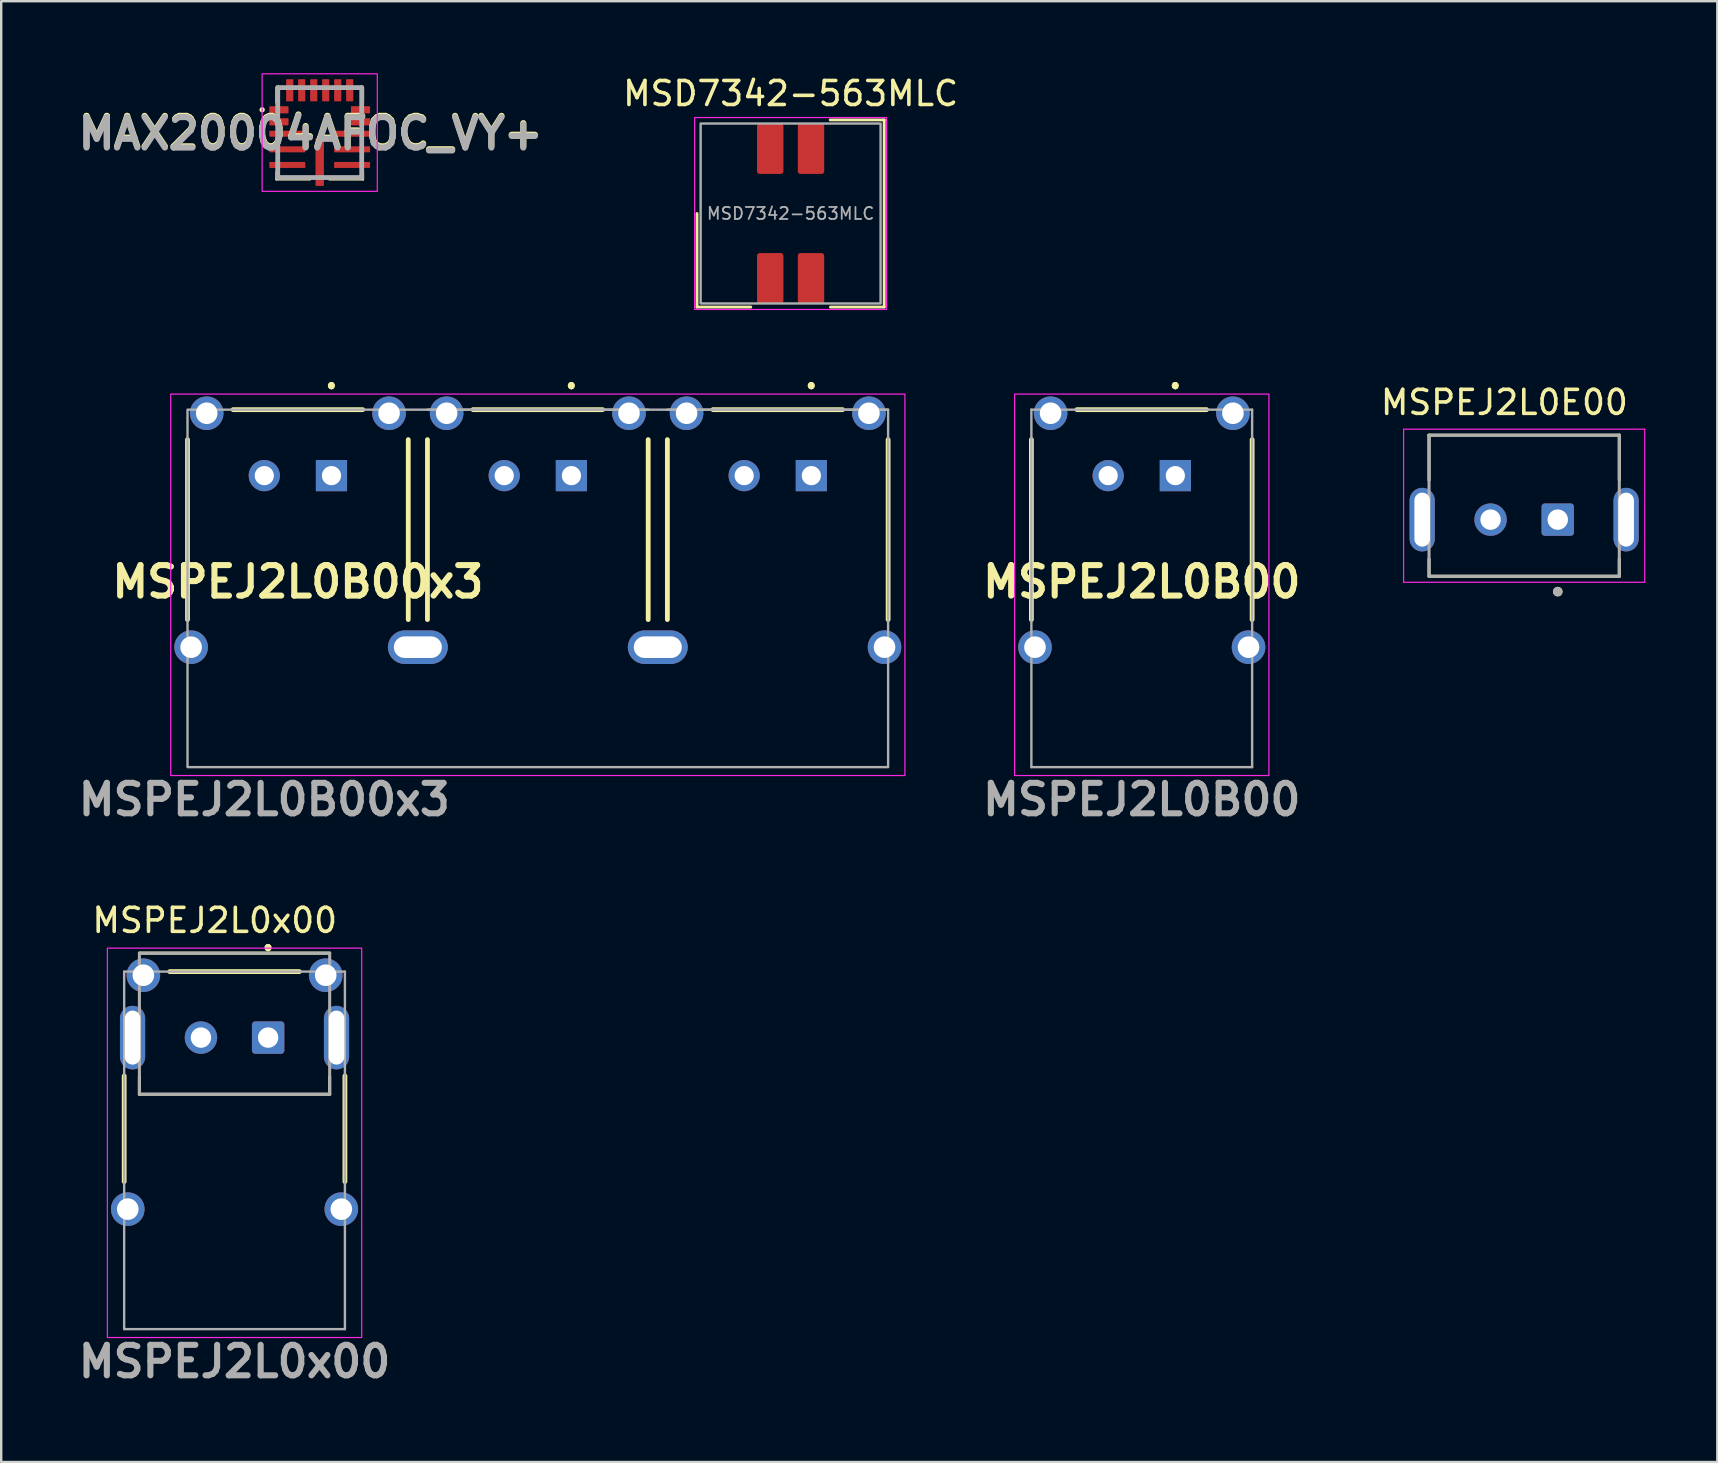
<source format=kicad_pcb>
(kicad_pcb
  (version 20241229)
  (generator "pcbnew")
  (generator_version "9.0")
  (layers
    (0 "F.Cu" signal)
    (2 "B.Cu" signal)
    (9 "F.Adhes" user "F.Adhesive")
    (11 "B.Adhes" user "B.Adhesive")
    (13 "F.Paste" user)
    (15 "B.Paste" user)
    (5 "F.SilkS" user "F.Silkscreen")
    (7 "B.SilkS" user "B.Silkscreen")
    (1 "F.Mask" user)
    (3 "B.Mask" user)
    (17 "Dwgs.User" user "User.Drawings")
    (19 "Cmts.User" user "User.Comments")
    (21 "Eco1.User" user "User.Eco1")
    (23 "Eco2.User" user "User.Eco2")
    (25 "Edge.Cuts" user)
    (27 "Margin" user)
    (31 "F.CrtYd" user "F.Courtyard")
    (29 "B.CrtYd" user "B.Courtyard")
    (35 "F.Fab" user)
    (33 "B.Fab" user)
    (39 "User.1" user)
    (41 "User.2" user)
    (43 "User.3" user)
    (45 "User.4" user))
  (footprint "MSPEJ2L0x00"
    (layer "F.Cu")
    (at 6.725 40.195)
    (property "Reference" "MSPEJ2L0x00" (at -0.825 -4.885 0) (layer "F.SilkS") (effects (font (size 1 1) (thickness 0.15))))
    (attr through_hole)
    (fp_line (start -4.6 6) (end -4.6 1.6) (stroke (width 0.2) (type solid)) (layer "F.SilkS"))
    (fp_line (start -3.965 -3.52) (end 3.965 -3.52) (stroke (width 0.127) (type solid)) (layer "F.SilkS"))
    (fp_line (start -3.965 2.36) (end -3.965 1.645) (stroke (width 0.127) (type solid)) (layer "F.SilkS"))
    (fp_line (start -2.7 -2.75) (end 2.7 -2.75) (stroke (width 0.2) (type solid)) (layer "F.SilkS"))
    (fp_line (start 1.4 -3.8) (end 1.4 -3.8) (stroke (width 0.2) (type solid)) (layer "F.SilkS"))
    (fp_line (start 1.4 -3.8) (end 1.4 -3.8) (stroke (width 0.2) (type solid)) (layer "F.SilkS"))
    (fp_line (start 1.4 -3.7) (end 1.4 -3.7) (stroke (width 0.2) (type solid)) (layer "F.SilkS"))
    (fp_line (start 3.965 2.36) (end -3.965 2.36) (stroke (width 0.127) (type solid)) (layer "F.SilkS"))
    (fp_line (start 3.965 2.36) (end 3.965 1.645) (stroke (width 0.127) (type solid)) (layer "F.SilkS"))
    (fp_line (start 4.6 1.6) (end 4.6 6) (stroke (width 0.2) (type solid)) (layer "F.SilkS"))
    (fp_arc (start 1.4 -3.8) (mid 1.45 -3.75) (end 1.4 -3.7) (stroke (width 0.2) (type solid)) (layer "F.SilkS"))
    (fp_arc (start 1.4 -3.7) (mid 1.35 -3.75) (end 1.4 -3.8) (stroke (width 0.2) (type solid)) (layer "F.SilkS"))
    (fp_arc (start 1.4 -3.7) (mid 1.35 -3.75) (end 1.4 -3.8) (stroke (width 0.2) (type solid)) (layer "F.SilkS"))
    (fp_rect (start -5.3 -3.73) (end 5.3 12.5) (stroke (width 0.05) (type default)) (fill no) (layer "F.CrtYd"))
    (fp_line (start -4.6 -2.75) (end -4.6 12.15) (stroke (width 0.1) (type solid)) (layer "F.Fab"))
    (fp_line (start -3.965 -3.52) (end 3.965 -3.52) (stroke (width 0.127) (type solid)) (layer "F.Fab"))
    (fp_line (start -3.965 2.36) (end -3.965 -3.52) (stroke (width 0.127) (type solid)) (layer "F.Fab"))
    (fp_line (start 3.965 -3.52) (end 3.965 2.36) (stroke (width 0.127) (type solid)) (layer "F.Fab"))
    (fp_line (start 3.965 2.36) (end -3.965 2.36) (stroke (width 0.127) (type solid)) (layer "F.Fab"))
    (fp_line (start 4.6 -2.75) (end -4.6 -2.75) (stroke (width 0.1) (type solid)) (layer "F.Fab"))
    (fp_line (start 4.6 12.15) (end -4.6 12.15) (stroke (width 0.1) (type default)) (layer "F.Fab"))
    (fp_line (start 4.6 12.15) (end 4.6 -2.75) (stroke (width 0.1) (type solid)) (layer "F.Fab"))
    (fp_text user "${REFERENCE}" (at 0 13.5 0) (layer "F.Fab") (effects (font (size 1.27 1.27) (thickness 0.254))))
    (pad "1" thru_hole roundrect (at 1.4 0) (size 1.35 1.35) (drill 0.85) (layers "*.Cu" "*.Mask") (roundrect_rratio 0.1))
    (pad "2" thru_hole circle (at -1.4 0) (size 1.35 1.35) (drill 0.85) (layers "*.Cu" "*.Mask"))
    (pad "MH1" thru_hole circle (at 3.8 -2.6) (size 1.4 1.4) (drill 0.9) (layers "*.Cu" "*.Mask"))
    (pad "MH2" thru_hole circle (at 4.45 7.15) (size 1.4 1.4) (drill 0.9) (layers "*.Cu" "*.Mask"))
    (pad "MH3" thru_hole circle (at -4.45 7.15) (size 1.4 1.4) (drill 0.9) (layers "*.Cu" "*.Mask"))
    (pad "MH4" thru_hole circle (at -3.8 -2.6) (size 1.4 1.4) (drill 0.9) (layers "*.Cu" "*.Mask"))
    (pad "MH5" thru_hole oval (at -4.25 0) (size 1.05 2.65) (drill oval 0.65 2.25) (layers "*.Cu" "*.Mask"))
    (pad "MH6" thru_hole oval (at 4.25 0) (size 1.05 2.65) (drill oval 0.65 2.25) (layers "*.Cu" "*.Mask")))
  (footprint "MAX20004AFOC_VY+"
    (layer "F.Cu")
    (at 10.275 2.525)
    (property "Reference" "MAX20004AFOC_VY+" (at -0.375 -0.05 0) (layer "F.SilkS") (effects (font (size 1.27 1.27) (thickness 0.254))))
    (attr smd)
    (fp_line (start -1.8 -1.9) (end -1.8 -1.3) (stroke (width 0.1) (type default)) (layer "F.SilkS"))
    (fp_line (start -1.8 1.6) (end -1.8 1.9) (stroke (width 0.1) (type default)) (layer "F.SilkS"))
    (fp_line (start -1.8 1.9) (end -0.4 1.9) (stroke (width 0.1) (type default)) (layer "F.SilkS"))
    (fp_line (start -1.6 -1.9) (end -1.8 -1.9) (stroke (width 0.1) (type default)) (layer "F.SilkS"))
    (fp_line (start 1.6 -1.9) (end 1.8 -1.9) (stroke (width 0.1) (type default)) (layer "F.SilkS"))
    (fp_line (start 1.8 -1.9) (end 1.8 -1.3) (stroke (width 0.1) (type default)) (layer "F.SilkS"))
    (fp_line (start 1.8 1.6) (end 1.8 1.9) (stroke (width 0.1) (type default)) (layer "F.SilkS"))
    (fp_line (start 1.8 1.9) (end 0.4 1.9) (stroke (width 0.1) (type default)) (layer "F.SilkS"))
    (fp_circle (center -2.4 -1) (end -2.3 -1.05) (stroke (width 0) (type solid)) (fill yes) (layer "F.SilkS"))
    (fp_rect (start -2.4 -2.5) (end 2.4 2.4) (stroke (width 0.05) (type default)) (fill no) (layer "F.CrtYd"))
    (fp_line (start -1.75 -1.925) (end -1.75 1.825) (stroke (width 0.2) (type solid)) (layer "F.Fab"))
    (fp_line (start -1.75 1.825) (end 1.75 1.825) (stroke (width 0.2) (type solid)) (layer "F.Fab"))
    (fp_line (start 1.75 -1.925) (end -1.75 -1.925) (stroke (width 0.2) (type solid)) (layer "F.Fab"))
    (fp_line (start 1.75 1.825) (end 1.75 -1.925) (stroke (width 0.2) (type solid)) (layer "F.Fab"))
    (fp_text user "${REFERENCE}" (at -0.375 0 0) (layer "F.Fab") (effects (font (size 1.27 1.27) (thickness 0.254))))
    (pad "1" smd roundrect (at -1.7 -0.998 90) (size 0.3 0.8) (layers "F.Cu" "F.Mask" "F.Paste") (roundrect_rratio 0.1))
    (pad "2" smd roundrect (at -1.7 -0.5 90) (size 0.3 0.8) (layers "F.Cu" "F.Mask" "F.Paste") (roundrect_rratio 0.1))
    (pad "3" smd roundrect (at -1.35 0 90) (size 0.25 1.5) (layers "F.Cu" "F.Mask" "F.Paste") (roundrect_rratio 0.1))
    (pad "4" smd roundrect (at -1.35 0.65 90) (size 0.25 1.5) (layers "F.Cu" "F.Mask" "F.Paste") (roundrect_rratio 0.1))
    (pad "5" smd roundrect (at -1.35 1.3 90) (size 0.25 1.5) (layers "F.Cu" "F.Mask" "F.Paste") (roundrect_rratio 0.1))
    (pad "6" smd roundrect (at 0 1.175) (size 0.35 2) (layers "F.Cu" "F.Mask" "F.Paste") (roundrect_rratio 0.1))
    (pad "7" smd roundrect (at 1.35 1.3 90) (size 0.25 1.5) (layers "F.Cu" "F.Mask" "F.Paste") (roundrect_rratio 0.1))
    (pad "8" smd roundrect (at 1.35 0.65 90) (size 0.25 1.5) (layers "F.Cu" "F.Mask" "F.Paste") (roundrect_rratio 0.1))
    (pad "9" smd roundrect (at 1.35 0 90) (size 0.25 1.5) (layers "F.Cu" "F.Mask" "F.Paste") (roundrect_rratio 0.1))
    (pad "10" smd roundrect (at 1.7 -0.5 90) (size 0.3 0.8) (layers "F.Cu" "F.Mask" "F.Paste") (roundrect_rratio 0.1))
    (pad "11" smd roundrect (at 1.7 -0.998 90) (size 0.3 0.8) (layers "F.Cu" "F.Mask" "F.Paste") (roundrect_rratio 0.1))
    (pad "12" smd roundrect (at 1.25 -1.813) (size 0.3 0.925) (layers "F.Cu" "F.Mask" "F.Paste") (roundrect_rratio 0.1))
    (pad "13" smd roundrect (at 0.75 -1.813) (size 0.3 0.925) (layers "F.Cu" "F.Mask" "F.Paste") (roundrect_rratio 0.1))
    (pad "14" smd roundrect (at 0.25 -1.813) (size 0.3 0.925) (layers "F.Cu" "F.Mask" "F.Paste") (roundrect_rratio 0.1))
    (pad "15" smd roundrect (at -0.25 -1.813) (size 0.3 0.925) (layers "F.Cu" "F.Mask" "F.Paste") (roundrect_rratio 0.1))
    (pad "16" smd roundrect (at -0.75 -1.813) (size 0.3 0.925) (layers "F.Cu" "F.Mask" "F.Paste") (roundrect_rratio 0.1))
    (pad "17" smd roundrect (at -1.25 -1.813) (size 0.3 0.925) (layers "F.Cu" "F.Mask" "F.Paste") (roundrect_rratio 0.1)))
  (footprint "MSPEJ2L0B00x3"
    (layer "F.Cu")
    (at 7.965 16.773)
    (property "Reference" "MSPEJ2L0B00x3" (at 1.4 4.425 0) (layer "F.SilkS") (effects (font (size 1.27 1.27) (thickness 0.254))))
    (attr through_hole)
    (fp_line (start -3.2 6) (end -3.2 -1.5) (stroke (width 0.2) (type solid)) (layer "F.SilkS"))
    (fp_line (start -1.3 -2.75) (end 4.1 -2.75) (stroke (width 0.2) (type solid)) (layer "F.SilkS"))
    (fp_line (start 2.8 -3.8) (end 2.8 -3.8) (stroke (width 0.2) (type solid)) (layer "F.SilkS"))
    (fp_line (start 2.8 -3.8) (end 2.8 -3.8) (stroke (width 0.2) (type solid)) (layer "F.SilkS"))
    (fp_line (start 2.8 -3.7) (end 2.8 -3.7) (stroke (width 0.2) (type solid)) (layer "F.SilkS"))
    (fp_line (start 6 -1.5) (end 6 6) (stroke (width 0.2) (type solid)) (layer "F.SilkS"))
    (fp_line (start 6.8 6) (end 6.8 -1.5) (stroke (width 0.2) (type solid)) (layer "F.SilkS"))
    (fp_line (start 8.7 -2.75) (end 14.1 -2.75) (stroke (width 0.2) (type solid)) (layer "F.SilkS"))
    (fp_line (start 12.8 -3.8) (end 12.8 -3.8) (stroke (width 0.2) (type solid)) (layer "F.SilkS"))
    (fp_line (start 12.8 -3.8) (end 12.8 -3.8) (stroke (width 0.2) (type solid)) (layer "F.SilkS"))
    (fp_line (start 12.8 -3.7) (end 12.8 -3.7) (stroke (width 0.2) (type solid)) (layer "F.SilkS"))
    (fp_line (start 16 -1.5) (end 16 6) (stroke (width 0.2) (type solid)) (layer "F.SilkS"))
    (fp_line (start 16.8 6) (end 16.8 -1.5) (stroke (width 0.2) (type solid)) (layer "F.SilkS"))
    (fp_line (start 18.7 -2.75) (end 24.1 -2.75) (stroke (width 0.2) (type solid)) (layer "F.SilkS"))
    (fp_line (start 22.8 -3.8) (end 22.8 -3.8) (stroke (width 0.2) (type solid)) (layer "F.SilkS"))
    (fp_line (start 22.8 -3.8) (end 22.8 -3.8) (stroke (width 0.2) (type solid)) (layer "F.SilkS"))
    (fp_line (start 22.8 -3.7) (end 22.8 -3.7) (stroke (width 0.2) (type solid)) (layer "F.SilkS"))
    (fp_line (start 26 -1.5) (end 26 6) (stroke (width 0.2) (type solid)) (layer "F.SilkS"))
    (fp_arc (start 2.8 -3.8) (mid 2.85 -3.75) (end 2.8 -3.7) (stroke (width 0.2) (type solid)) (layer "F.SilkS"))
    (fp_arc (start 2.8 -3.7) (mid 2.75 -3.75) (end 2.8 -3.8) (stroke (width 0.2) (type solid)) (layer "F.SilkS"))
    (fp_arc (start 2.8 -3.7) (mid 2.75 -3.75) (end 2.8 -3.8) (stroke (width 0.2) (type solid)) (layer "F.SilkS"))
    (fp_arc (start 12.8 -3.8) (mid 12.85 -3.75) (end 12.8 -3.7) (stroke (width 0.2) (type solid)) (layer "F.SilkS"))
    (fp_arc (start 12.8 -3.7) (mid 12.75 -3.75) (end 12.8 -3.8) (stroke (width 0.2) (type solid)) (layer "F.SilkS"))
    (fp_arc (start 12.8 -3.7) (mid 12.75 -3.75) (end 12.8 -3.8) (stroke (width 0.2) (type solid)) (layer "F.SilkS"))
    (fp_arc (start 22.8 -3.8) (mid 22.85 -3.75) (end 22.8 -3.7) (stroke (width 0.2) (type solid)) (layer "F.SilkS"))
    (fp_arc (start 22.8 -3.7) (mid 22.75 -3.75) (end 22.8 -3.8) (stroke (width 0.2) (type solid)) (layer "F.SilkS"))
    (fp_arc (start 22.8 -3.7) (mid 22.75 -3.75) (end 22.8 -3.8) (stroke (width 0.2) (type solid)) (layer "F.SilkS"))
    (fp_rect (start -3.9 -3.4) (end 26.7 12.5) (stroke (width 0.05) (type default)) (fill no) (layer "F.CrtYd"))
    (fp_line (start 16 -2.75) (end 6.8 -2.75) (stroke (width 0.1) (type solid)) (layer "F.Fab"))
    (fp_line (start 26 -2.75) (end 16.8 -2.75) (stroke (width 0.1) (type solid)) (layer "F.Fab"))
    (fp_rect (start -3.2 -2.75) (end 26 12.15) (stroke (width 0.1) (type default)) (fill no) (layer "F.Fab"))
    (fp_text user "${REFERENCE}" (at 0 13.5 0) (layer "F.Fab") (effects (font (size 1.27 1.27) (thickness 0.254))))
    (pad "1" thru_hole rect (at 22.8 0) (size 1.3 1.3) (drill 0.8) (layers "*.Cu" "*.Mask"))
    (pad "2" thru_hole circle (at 20 0) (size 1.3 1.3) (drill 0.8) (layers "*.Cu" "*.Mask"))
    (pad "3" thru_hole rect (at 12.8 0) (size 1.3 1.3) (drill 0.8) (layers "*.Cu" "*.Mask"))
    (pad "4" thru_hole circle (at 10 0) (size 1.3 1.3) (drill 0.8) (layers "*.Cu" "*.Mask"))
    (pad "5" thru_hole rect (at 2.8 0) (size 1.3 1.3) (drill 0.8) (layers "*.Cu" "*.Mask"))
    (pad "6" thru_hole circle (at 0 0) (size 1.3 1.3) (drill 0.8) (layers "*.Cu" "*.Mask"))
    (pad "MH1" thru_hole circle (at 25.2 -2.6) (size 1.4 1.4) (drill 0.9) (layers "*.Cu" "*.Mask"))
    (pad "MH2" thru_hole circle (at 17.6 -2.6) (size 1.4 1.4) (drill 0.9) (layers "*.Cu" "*.Mask"))
    (pad "MH3" thru_hole circle (at 15.2 -2.6) (size 1.4 1.4) (drill 0.9) (layers "*.Cu" "*.Mask"))
    (pad "MH4" thru_hole circle (at 7.6 -2.6) (size 1.4 1.4) (drill 0.9) (layers "*.Cu" "*.Mask"))
    (pad "MH5" thru_hole circle (at 5.2 -2.6) (size 1.4 1.4) (drill 0.9) (layers "*.Cu" "*.Mask"))
    (pad "MH6" thru_hole circle (at -2.4 -2.6) (size 1.4 1.4) (drill 0.9) (layers "*.Cu" "*.Mask"))
    (pad "MH7" thru_hole circle (at 25.85 7.15) (size 1.4 1.4) (drill 0.9) (layers "*.Cu" "*.Mask"))
    (pad "MH8" thru_hole roundrect (at 16.4 7.15) (size 2.5 1.4) (drill oval 2 0.9) (layers "*.Cu" "*.Mask") (roundrect_rratio 0.5))
    (pad "MH9" thru_hole roundrect (at 6.4 7.15) (size 2.5 1.4) (drill oval 2 0.9) (layers "*.Cu" "*.Mask") (roundrect_rratio 0.5))
    (pad "MH10" thru_hole circle (at -3.05 7.15) (size 1.4 1.4) (drill 0.9) (layers "*.Cu" "*.Mask")))
  (footprint "MSPEJ2L0E00"
    (layer "F.Cu")
    (at 60.474 18.607)
    (property "Reference" "MSPEJ2L0E00" (at -0.825 -4.885 0) (layer "F.SilkS") (effects (font (size 1 1) (thickness 0.15))))
    (attr through_hole)
    (fp_line (start -3.965 -3.52) (end 3.965 -3.52) (stroke (width 0.127) (type solid)) (layer "F.SilkS"))
    (fp_line (start -3.965 -1.645) (end -3.965 -3.52) (stroke (width 0.127) (type solid)) (layer "F.SilkS"))
    (fp_line (start -3.965 2.36) (end -3.965 1.645) (stroke (width 0.127) (type solid)) (layer "F.SilkS"))
    (fp_line (start 3.965 -3.52) (end 3.965 -1.645) (stroke (width 0.127) (type solid)) (layer "F.SilkS"))
    (fp_line (start 3.965 2.36) (end -3.965 2.36) (stroke (width 0.127) (type solid)) (layer "F.SilkS"))
    (fp_line (start 3.965 2.36) (end 3.965 1.645) (stroke (width 0.127) (type solid)) (layer "F.SilkS"))
    (fp_circle (center 1.4 3) (end 1.5 3) (stroke (width 0.2) (type solid)) (fill no) (layer "F.SilkS"))
    (fp_line (start -5.025 -3.77) (end -5.025 2.61) (stroke (width 0.05) (type solid)) (layer "F.CrtYd"))
    (fp_line (start -5.025 2.61) (end 5.025 2.61) (stroke (width 0.05) (type solid)) (layer "F.CrtYd"))
    (fp_line (start 5.025 -3.77) (end -5.025 -3.77) (stroke (width 0.05) (type solid)) (layer "F.CrtYd"))
    (fp_line (start 5.025 2.61) (end 5.025 -3.77) (stroke (width 0.05) (type solid)) (layer "F.CrtYd"))
    (fp_line (start -3.965 -3.52) (end 3.965 -3.52) (stroke (width 0.127) (type solid)) (layer "F.Fab"))
    (fp_line (start -3.965 2.36) (end -3.965 -3.52) (stroke (width 0.127) (type solid)) (layer "F.Fab"))
    (fp_line (start 3.965 -3.52) (end 3.965 2.36) (stroke (width 0.127) (type solid)) (layer "F.Fab"))
    (fp_line (start 3.965 2.36) (end -3.965 2.36) (stroke (width 0.127) (type solid)) (layer "F.Fab"))
    (fp_circle (center 1.4 3) (end 1.5 3) (stroke (width 0.2) (type solid)) (fill no) (layer "F.Fab"))
    (pad "1" thru_hole roundrect (at 1.4 0) (size 1.35 1.35) (drill 0.85) (layers "*.Cu" "*.Mask") (roundrect_rratio 0.1))
    (pad "2" thru_hole circle (at -1.4 0) (size 1.35 1.35) (drill 0.85) (layers "*.Cu" "*.Mask"))
    (pad "MH1" thru_hole oval (at -4.25 0) (size 1.05 2.65) (drill oval 0.65 2.25) (layers "*.Cu" "*.Mask"))
    (pad "MH2" thru_hole oval (at 4.25 0) (size 1.05 2.65) (drill oval 0.65 2.25) (layers "*.Cu" "*.Mask")))
  (footprint "MSPEJ2L0B00"
    (layer "F.Cu")
    (at 44.536 16.773)
    (property "Reference" "MSPEJ2L0B00" (at 0 4.425 0) (layer "F.SilkS") (effects (font (size 1.27 1.27) (thickness 0.254))))
    (attr through_hole)
    (fp_line (start -4.6 6) (end -4.6 -1.5) (stroke (width 0.2) (type solid)) (layer "F.SilkS"))
    (fp_line (start -2.7 -2.75) (end 2.7 -2.75) (stroke (width 0.2) (type solid)) (layer "F.SilkS"))
    (fp_line (start 1.4 -3.8) (end 1.4 -3.8) (stroke (width 0.2) (type solid)) (layer "F.SilkS"))
    (fp_line (start 1.4 -3.8) (end 1.4 -3.8) (stroke (width 0.2) (type solid)) (layer "F.SilkS"))
    (fp_line (start 1.4 -3.7) (end 1.4 -3.7) (stroke (width 0.2) (type solid)) (layer "F.SilkS"))
    (fp_line (start 4.6 -1.5) (end 4.6 6) (stroke (width 0.2) (type solid)) (layer "F.SilkS"))
    (fp_arc (start 1.4 -3.8) (mid 1.45 -3.75) (end 1.4 -3.7) (stroke (width 0.2) (type solid)) (layer "F.SilkS"))
    (fp_arc (start 1.4 -3.7) (mid 1.35 -3.75) (end 1.4 -3.8) (stroke (width 0.2) (type solid)) (layer "F.SilkS"))
    (fp_arc (start 1.4 -3.7) (mid 1.35 -3.75) (end 1.4 -3.8) (stroke (width 0.2) (type solid)) (layer "F.SilkS"))
    (fp_rect (start -5.3 -3.4) (end 5.3 12.5) (stroke (width 0.05) (type default)) (fill no) (layer "F.CrtYd"))
    (fp_line (start -4.6 -2.75) (end -4.6 12.15) (stroke (width 0.1) (type solid)) (layer "F.Fab"))
    (fp_line (start 4.6 -2.75) (end -4.6 -2.75) (stroke (width 0.1) (type solid)) (layer "F.Fab"))
    (fp_line (start 4.6 12.15) (end -4.6 12.15) (stroke (width 0.1) (type default)) (layer "F.Fab"))
    (fp_line (start 4.6 12.15) (end 4.6 -2.75) (stroke (width 0.1) (type solid)) (layer "F.Fab"))
    (fp_text user "${REFERENCE}" (at 0 13.5 0) (layer "F.Fab") (effects (font (size 1.27 1.27) (thickness 0.254))))
    (pad "1" thru_hole rect (at 1.4 0) (size 1.3 1.3) (drill 0.8) (layers "*.Cu" "*.Mask"))
    (pad "2" thru_hole circle (at -1.4 0) (size 1.3 1.3) (drill 0.8) (layers "*.Cu" "*.Mask"))
    (pad "MH1" thru_hole circle (at 3.8 -2.6) (size 1.4 1.4) (drill 0.9) (layers "*.Cu" "*.Mask"))
    (pad "MH2" thru_hole circle (at 4.45 7.15) (size 1.4 1.4) (drill 0.9) (layers "*.Cu" "*.Mask"))
    (pad "MH3" thru_hole circle (at -4.45 7.15) (size 1.4 1.4) (drill 0.9) (layers "*.Cu" "*.Mask"))
    (pad "MH4" thru_hole circle (at -3.8 -2.6) (size 1.4 1.4) (drill 0.9) (layers "*.Cu" "*.Mask")))
  (footprint "MSD7342-563MLC"
    (layer "F.Cu")
    (at 29.901 5.848)
    (property "Reference" "MSD7342-563MLC" (at 0 -5 0) (unlocked yes) (layer "F.SilkS") (effects (font (size 1 1) (thickness 0.15))))
    (attr smd)
    (fp_line (start -3.9 3.9) (end -3.9 0) (stroke (width 0.12) (type solid)) (layer "F.SilkS"))
    (fp_line (start -3.9 3.9) (end -1.66 3.9) (stroke (width 0.12) (type solid)) (layer "F.SilkS"))
    (fp_line (start 3.9 -3.9) (end 1.65 -3.9) (stroke (width 0.12) (type solid)) (layer "F.SilkS"))
    (fp_line (start 3.9 -3.9) (end 3.9 3.9) (stroke (width 0.12) (type solid)) (layer "F.SilkS"))
    (fp_line (start 3.9 3.9) (end 1.66 3.9) (stroke (width 0.12) (type solid)) (layer "F.SilkS"))
    (fp_rect (start -4 -4) (end 4 4) (stroke (width 0.05) (type solid)) (fill no) (layer "F.CrtYd"))
    (fp_rect (start -3.75 -3.75) (end 3.75 3.75) (stroke (width 0.1) (type default)) (fill no) (layer "F.Fab"))
    (fp_text user "${REFERENCE}" (at 0 0 0) (unlocked yes) (layer "F.Fab") (effects (font (size 0.5 0.5) (thickness 0.075))))
    (pad "1" smd roundrect (at 0.85 -2.7) (size 1.1 2.1) (layers "F.Cu" "F.Mask" "F.Paste") (roundrect_rratio 0.1))
    (pad "2" smd roundrect (at -0.85 -2.7) (size 1.1 2.1) (layers "F.Cu" "F.Mask" "F.Paste") (roundrect_rratio 0.1))
    (pad "3" smd roundrect (at -0.85 2.7) (size 1.1 2.1) (layers "F.Cu" "F.Mask" "F.Paste") (roundrect_rratio 0.1))
    (pad "4" smd roundrect (at 0.85 2.7) (size 1.1 2.1) (layers "F.Cu" "F.Mask" "F.Paste") (roundrect_rratio 0.1)))
  (gr_rect
    (start -3 -3)
    (end 68.524 57.884)
    (stroke (width 0.1) (type default))
    (fill no)
    (layer "Edge.Cuts")))
</source>
